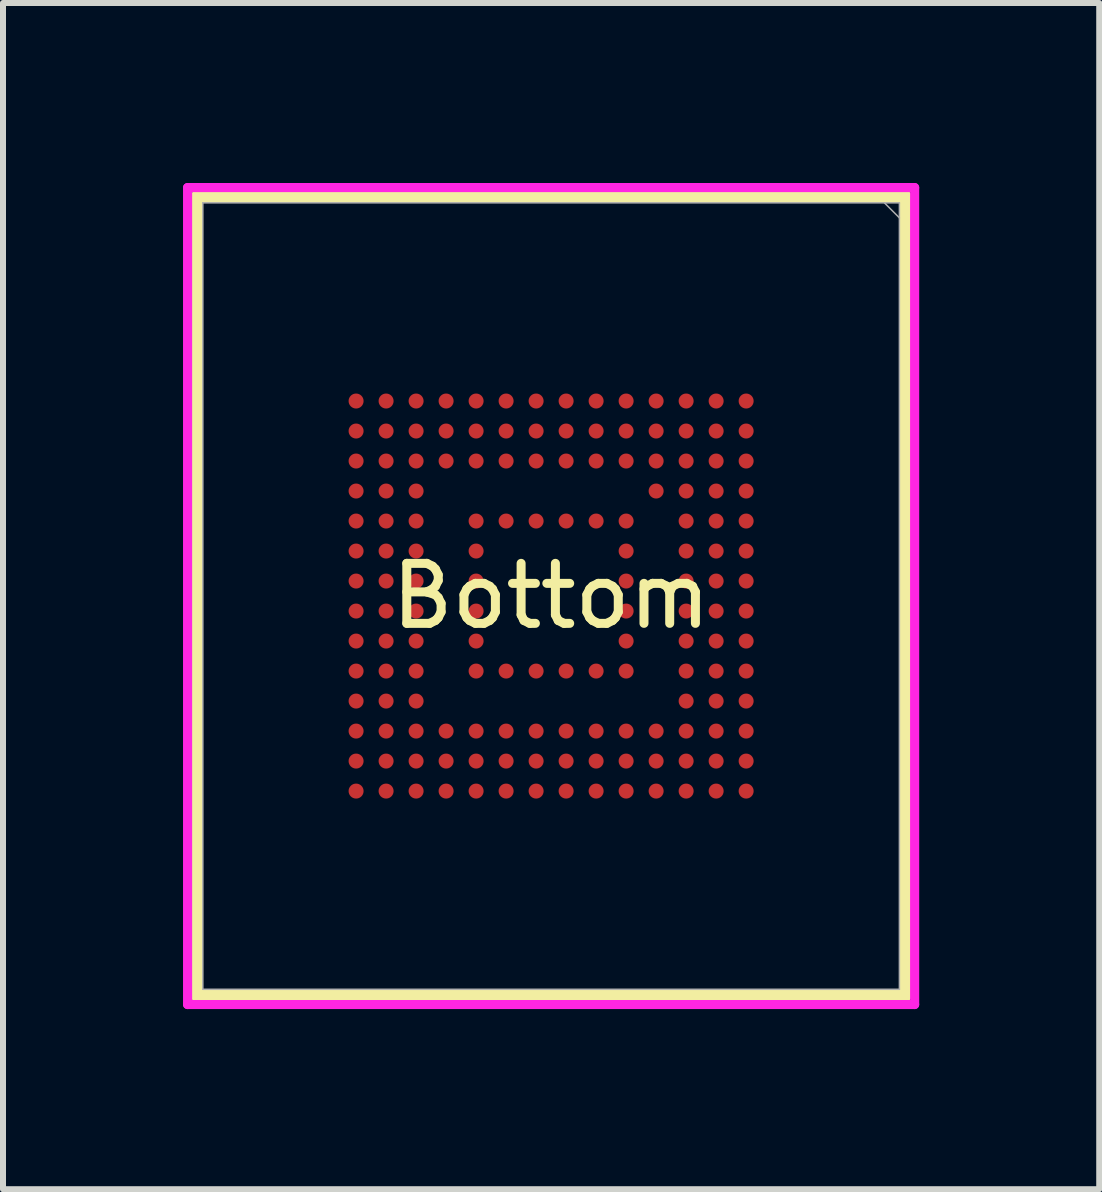
<source format=kicad_pcb>
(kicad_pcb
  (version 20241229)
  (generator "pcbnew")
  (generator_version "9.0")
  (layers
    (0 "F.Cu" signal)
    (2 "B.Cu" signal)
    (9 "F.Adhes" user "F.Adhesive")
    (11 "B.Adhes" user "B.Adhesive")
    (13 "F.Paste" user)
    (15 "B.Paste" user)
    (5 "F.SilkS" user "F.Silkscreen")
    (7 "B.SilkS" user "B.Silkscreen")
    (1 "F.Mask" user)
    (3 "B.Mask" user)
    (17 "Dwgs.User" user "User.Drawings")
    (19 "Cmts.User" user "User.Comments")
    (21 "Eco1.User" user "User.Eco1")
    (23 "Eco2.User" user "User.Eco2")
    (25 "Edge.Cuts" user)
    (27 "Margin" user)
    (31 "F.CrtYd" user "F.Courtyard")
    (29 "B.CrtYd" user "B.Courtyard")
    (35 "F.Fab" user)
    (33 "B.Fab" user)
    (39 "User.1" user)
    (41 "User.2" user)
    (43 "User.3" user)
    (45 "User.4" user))
  (footprint "Bottom"
    (layer "F.Cu")
    (at 6.134 6.883)
    (property "Reference" "Bottom" (at 0 0 0) (unlocked yes) (layer "F.SilkS") (effects (font (size 1 1) (thickness 0.15))))
    (attr smd)
    (fp_line (start -5.905 -6.655) (end 5.905 -6.655) (stroke (width 0.203) (type solid)) (layer "F.SilkS"))
    (fp_line (start -5.905 6.655) (end -5.905 -6.655) (stroke (width 0.203) (type solid)) (layer "F.SilkS"))
    (fp_line (start 5.905 -6.655) (end 5.905 6.655) (stroke (width 0.203) (type solid)) (layer "F.SilkS"))
    (fp_line (start 5.905 6.655) (end -5.905 6.655) (stroke (width 0.203) (type solid)) (layer "F.SilkS"))
    (fp_line (start -6.058 -6.807) (end -6.058 6.807) (stroke (width 0.152) (type solid)) (layer "F.CrtYd"))
    (fp_line (start -6.058 6.807) (end 6.058 6.807) (stroke (width 0.152) (type solid)) (layer "F.CrtYd"))
    (fp_line (start 6.058 -6.807) (end -6.058 -6.807) (stroke (width 0.152) (type solid)) (layer "F.CrtYd"))
    (fp_line (start 6.058 6.807) (end 6.058 -6.807) (stroke (width 0.152) (type solid)) (layer "F.CrtYd"))
    (fp_line (start -5.804 -6.553) (end 5.804 -6.553) (stroke (width 0.025) (type solid)) (layer "F.Fab"))
    (fp_line (start -5.804 6.553) (end -5.804 -6.553) (stroke (width 0.025) (type solid)) (layer "F.Fab"))
    (fp_line (start 5.554 -6.553) (end 5.804 -6.303) (stroke (width 0.025) (type solid)) (layer "F.Fab"))
    (fp_line (start 5.804 -6.553) (end 5.804 6.553) (stroke (width 0.025) (type solid)) (layer "F.Fab"))
    (fp_line (start 5.804 6.553) (end -5.804 6.553) (stroke (width 0.025) (type solid)) (layer "F.Fab"))
    (pad "" smd circle (at -3.25 -3.25) (size 0.25 0.25) (property pad_prop_bga) (layers "F.Cu" "F.Mask" "F.Paste"))
    (pad "" smd circle (at -3.25 -2.75) (size 0.25 0.25) (property pad_prop_bga) (layers "F.Cu" "F.Mask" "F.Paste"))
    (pad "" smd circle (at -3.25 -2.25) (size 0.25 0.25) (property pad_prop_bga) (layers "F.Cu" "F.Mask" "F.Paste"))
    (pad "" smd circle (at -3.25 -1.75) (size 0.25 0.25) (property pad_prop_bga) (layers "F.Cu" "F.Mask" "F.Paste"))
    (pad "" smd circle (at -3.25 -1.25) (size 0.25 0.25) (property pad_prop_bga) (layers "F.Cu" "F.Mask" "F.Paste"))
    (pad "" smd circle (at -3.25 -0.75) (size 0.25 0.25) (property pad_prop_bga) (layers "F.Cu" "F.Mask" "F.Paste"))
    (pad "" smd circle (at -3.25 -0.25) (size 0.25 0.25) (property pad_prop_bga) (layers "F.Cu" "F.Mask" "F.Paste"))
    (pad "" smd circle (at -3.25 0.25) (size 0.25 0.25) (property pad_prop_bga) (layers "F.Cu" "F.Mask" "F.Paste"))
    (pad "" smd circle (at -3.25 0.75) (size 0.25 0.25) (property pad_prop_bga) (layers "F.Cu" "F.Mask" "F.Paste"))
    (pad "" smd circle (at -3.25 1.25) (size 0.25 0.25) (property pad_prop_bga) (layers "F.Cu" "F.Mask" "F.Paste"))
    (pad "" smd circle (at -3.25 1.75) (size 0.25 0.25) (property pad_prop_bga) (layers "F.Cu" "F.Mask" "F.Paste"))
    (pad "" smd circle (at -3.25 2.25) (size 0.25 0.25) (property pad_prop_bga) (layers "F.Cu" "F.Mask" "F.Paste"))
    (pad "" smd circle (at -3.25 2.75) (size 0.25 0.25) (property pad_prop_bga) (layers "F.Cu" "F.Mask" "F.Paste"))
    (pad "" smd circle (at -3.25 3.25) (size 0.25 0.25) (property pad_prop_bga) (layers "F.Cu" "F.Mask" "F.Paste"))
    (pad "" smd circle (at -2.75 -3.25) (size 0.25 0.25) (property pad_prop_bga) (layers "F.Cu" "F.Mask" "F.Paste"))
    (pad "" smd circle (at -2.75 -2.75) (size 0.25 0.25) (property pad_prop_bga) (layers "F.Cu" "F.Mask" "F.Paste"))
    (pad "" smd circle (at -2.75 -2.25) (size 0.25 0.25) (property pad_prop_bga) (layers "F.Cu" "F.Mask" "F.Paste"))
    (pad "" smd circle (at -2.75 -1.75) (size 0.25 0.25) (property pad_prop_bga) (layers "F.Cu" "F.Mask" "F.Paste"))
    (pad "" smd circle (at -2.75 -1.25) (size 0.25 0.25) (property pad_prop_bga) (layers "F.Cu" "F.Mask" "F.Paste"))
    (pad "" smd circle (at -2.75 -0.75) (size 0.25 0.25) (property pad_prop_bga) (layers "F.Cu" "F.Mask" "F.Paste"))
    (pad "" smd circle (at -2.75 -0.25) (size 0.25 0.25) (property pad_prop_bga) (layers "F.Cu" "F.Mask" "F.Paste"))
    (pad "" smd circle (at -2.75 0.25) (size 0.25 0.25) (property pad_prop_bga) (layers "F.Cu" "F.Mask" "F.Paste"))
    (pad "" smd circle (at -2.75 0.75) (size 0.25 0.25) (property pad_prop_bga) (layers "F.Cu" "F.Mask" "F.Paste"))
    (pad "" smd circle (at -2.75 1.25) (size 0.25 0.25) (property pad_prop_bga) (layers "F.Cu" "F.Mask" "F.Paste"))
    (pad "" smd circle (at -2.75 1.75) (size 0.25 0.25) (property pad_prop_bga) (layers "F.Cu" "F.Mask" "F.Paste"))
    (pad "" smd circle (at -2.75 2.25) (size 0.25 0.25) (property pad_prop_bga) (layers "F.Cu" "F.Mask" "F.Paste"))
    (pad "" smd circle (at -2.75 2.75) (size 0.25 0.25) (property pad_prop_bga) (layers "F.Cu" "F.Mask" "F.Paste"))
    (pad "" smd circle (at -2.75 3.25) (size 0.25 0.25) (property pad_prop_bga) (layers "F.Cu" "F.Mask" "F.Paste"))
    (pad "" smd circle (at -2.25 -3.25) (size 0.25 0.25) (property pad_prop_bga) (layers "F.Cu" "F.Mask" "F.Paste"))
    (pad "" smd circle (at -2.25 -2.75) (size 0.25 0.25) (property pad_prop_bga) (layers "F.Cu" "F.Mask" "F.Paste"))
    (pad "" smd circle (at -2.25 -2.25) (size 0.25 0.25) (property pad_prop_bga) (layers "F.Cu" "F.Mask" "F.Paste"))
    (pad "" smd circle (at -2.25 -1.75) (size 0.25 0.25) (property pad_prop_bga) (layers "F.Cu" "F.Mask" "F.Paste"))
    (pad "" smd circle (at -2.25 -1.25) (size 0.25 0.25) (property pad_prop_bga) (layers "F.Cu" "F.Mask" "F.Paste"))
    (pad "" smd circle (at -2.25 -0.75) (size 0.25 0.25) (property pad_prop_bga) (layers "F.Cu" "F.Mask" "F.Paste"))
    (pad "" smd circle (at -2.25 -0.25) (size 0.25 0.25) (property pad_prop_bga) (layers "F.Cu" "F.Mask" "F.Paste"))
    (pad "" smd circle (at -2.25 0.25) (size 0.25 0.25) (property pad_prop_bga) (layers "F.Cu" "F.Mask" "F.Paste"))
    (pad "" smd circle (at -2.25 0.75) (size 0.25 0.25) (property pad_prop_bga) (layers "F.Cu" "F.Mask" "F.Paste"))
    (pad "" smd circle (at -2.25 1.25) (size 0.25 0.25) (property pad_prop_bga) (layers "F.Cu" "F.Mask" "F.Paste"))
    (pad "" smd circle (at -2.25 1.75) (size 0.25 0.25) (property pad_prop_bga) (layers "F.Cu" "F.Mask" "F.Paste"))
    (pad "" smd circle (at -2.25 2.25) (size 0.25 0.25) (property pad_prop_bga) (layers "F.Cu" "F.Mask" "F.Paste"))
    (pad "" smd circle (at -2.25 2.75) (size 0.25 0.25) (property pad_prop_bga) (layers "F.Cu" "F.Mask" "F.Paste"))
    (pad "" smd circle (at -2.25 3.25) (size 0.25 0.25) (property pad_prop_bga) (layers "F.Cu" "F.Mask" "F.Paste"))
    (pad "" smd circle (at -1.75 -3.25) (size 0.25 0.25) (property pad_prop_bga) (layers "F.Cu" "F.Mask" "F.Paste"))
    (pad "" smd circle (at -1.75 -2.75) (size 0.25 0.25) (property pad_prop_bga) (layers "F.Cu" "F.Mask" "F.Paste"))
    (pad "" smd circle (at -1.75 -2.25) (size 0.25 0.25) (property pad_prop_bga) (layers "F.Cu" "F.Mask" "F.Paste"))
    (pad "" smd circle (at -1.75 2.25) (size 0.25 0.25) (property pad_prop_bga) (layers "F.Cu" "F.Mask" "F.Paste"))
    (pad "" smd circle (at -1.75 2.75) (size 0.25 0.25) (property pad_prop_bga) (layers "F.Cu" "F.Mask" "F.Paste"))
    (pad "" smd circle (at -1.75 3.25) (size 0.25 0.25) (property pad_prop_bga) (layers "F.Cu" "F.Mask" "F.Paste"))
    (pad "" smd circle (at -1.25 -3.25) (size 0.25 0.25) (property pad_prop_bga) (layers "F.Cu" "F.Mask" "F.Paste"))
    (pad "" smd circle (at -1.25 -2.75) (size 0.25 0.25) (property pad_prop_bga) (layers "F.Cu" "F.Mask" "F.Paste"))
    (pad "" smd circle (at -1.25 -2.25) (size 0.25 0.25) (property pad_prop_bga) (layers "F.Cu" "F.Mask" "F.Paste"))
    (pad "" smd circle (at -1.25 -1.25) (size 0.25 0.25) (property pad_prop_bga) (layers "F.Cu" "F.Mask" "F.Paste"))
    (pad "" smd circle (at -1.25 -0.75) (size 0.25 0.25) (property pad_prop_bga) (layers "F.Cu" "F.Mask" "F.Paste"))
    (pad "" smd circle (at -1.25 -0.25) (size 0.25 0.25) (property pad_prop_bga) (layers "F.Cu" "F.Mask" "F.Paste"))
    (pad "" smd circle (at -1.25 1.25) (size 0.25 0.25) (property pad_prop_bga) (layers "F.Cu" "F.Mask" "F.Paste"))
    (pad "" smd circle (at -1.25 2.25) (size 0.25 0.25) (property pad_prop_bga) (layers "F.Cu" "F.Mask" "F.Paste"))
    (pad "" smd circle (at -1.25 2.75) (size 0.25 0.25) (property pad_prop_bga) (layers "F.Cu" "F.Mask" "F.Paste"))
    (pad "" smd circle (at -1.25 3.25) (size 0.25 0.25) (property pad_prop_bga) (layers "F.Cu" "F.Mask" "F.Paste"))
    (pad "" smd circle (at -0.75 -3.25) (size 0.25 0.25) (property pad_prop_bga) (layers "F.Cu" "F.Mask" "F.Paste"))
    (pad "" smd circle (at -0.75 -2.75) (size 0.25 0.25) (property pad_prop_bga) (layers "F.Cu" "F.Mask" "F.Paste"))
    (pad "" smd circle (at -0.75 -2.25) (size 0.25 0.25) (property pad_prop_bga) (layers "F.Cu" "F.Mask" "F.Paste"))
    (pad "" smd circle (at -0.75 -1.25) (size 0.25 0.25) (property pad_prop_bga) (layers "F.Cu" "F.Mask" "F.Paste"))
    (pad "" smd circle (at -0.75 2.25) (size 0.25 0.25) (property pad_prop_bga) (layers "F.Cu" "F.Mask" "F.Paste"))
    (pad "" smd circle (at -0.75 2.75) (size 0.25 0.25) (property pad_prop_bga) (layers "F.Cu" "F.Mask" "F.Paste"))
    (pad "" smd circle (at -0.75 3.25) (size 0.25 0.25) (property pad_prop_bga) (layers "F.Cu" "F.Mask" "F.Paste"))
    (pad "" smd circle (at -0.25 -3.25) (size 0.25 0.25) (property pad_prop_bga) (layers "F.Cu" "F.Mask" "F.Paste"))
    (pad "" smd circle (at -0.25 -2.75) (size 0.25 0.25) (property pad_prop_bga) (layers "F.Cu" "F.Mask" "F.Paste"))
    (pad "" smd circle (at -0.25 -2.25) (size 0.25 0.25) (property pad_prop_bga) (layers "F.Cu" "F.Mask" "F.Paste"))
    (pad "" smd circle (at -0.25 -1.25) (size 0.25 0.25) (property pad_prop_bga) (layers "F.Cu" "F.Mask" "F.Paste"))
    (pad "" smd circle (at -0.25 2.25) (size 0.25 0.25) (property pad_prop_bga) (layers "F.Cu" "F.Mask" "F.Paste"))
    (pad "" smd circle (at -0.25 2.75) (size 0.25 0.25) (property pad_prop_bga) (layers "F.Cu" "F.Mask" "F.Paste"))
    (pad "" smd circle (at -0.25 3.25) (size 0.25 0.25) (property pad_prop_bga) (layers "F.Cu" "F.Mask" "F.Paste"))
    (pad "" smd circle (at 0.25 -3.25) (size 0.25 0.25) (property pad_prop_bga) (layers "F.Cu" "F.Mask" "F.Paste"))
    (pad "" smd circle (at 0.25 -2.75) (size 0.25 0.25) (property pad_prop_bga) (layers "F.Cu" "F.Mask" "F.Paste"))
    (pad "" smd circle (at 0.25 -2.25) (size 0.25 0.25) (property pad_prop_bga) (layers "F.Cu" "F.Mask" "F.Paste"))
    (pad "" smd circle (at 0.25 1.25) (size 0.25 0.25) (property pad_prop_bga) (layers "F.Cu" "F.Mask" "F.Paste"))
    (pad "" smd circle (at 0.25 2.25) (size 0.25 0.25) (property pad_prop_bga) (layers "F.Cu" "F.Mask" "F.Paste"))
    (pad "" smd circle (at 0.25 2.75) (size 0.25 0.25) (property pad_prop_bga) (layers "F.Cu" "F.Mask" "F.Paste"))
    (pad "" smd circle (at 0.25 3.25) (size 0.25 0.25) (property pad_prop_bga) (layers "F.Cu" "F.Mask" "F.Paste"))
    (pad "" smd circle (at 0.75 1.25) (size 0.25 0.25) (property pad_prop_bga) (layers "F.Cu" "F.Mask" "F.Paste"))
    (pad "" smd circle (at 0.75 2.75) (size 0.25 0.25) (property pad_prop_bga) (layers "F.Cu" "F.Mask" "F.Paste"))
    (pad "" smd circle (at 1.25 -2.25) (size 0.25 0.25) (property pad_prop_bga) (layers "F.Cu" "F.Mask" "F.Paste"))
    (pad "" smd circle (at 1.25 -1.25) (size 0.25 0.25) (property pad_prop_bga) (layers "F.Cu" "F.Mask" "F.Paste"))
    (pad "" smd circle (at 1.75 -1.75) (size 0.25 0.25) (property pad_prop_bga) (layers "F.Cu" "F.Mask" "F.Paste"))
    (pad "" smd circle (at 2.25 -2.25) (size 0.25 0.25) (property pad_prop_bga) (layers "F.Cu" "F.Mask" "F.Paste"))
    (pad "" smd circle (at 2.25 -1.75) (size 0.25 0.25) (property pad_prop_bga) (layers "F.Cu" "F.Mask" "F.Paste"))
    (pad "" smd circle (at 2.25 -1.25) (size 0.25 0.25) (property pad_prop_bga) (layers "F.Cu" "F.Mask" "F.Paste"))
    (pad "" smd circle (at 2.25 -0.75) (size 0.25 0.25) (property pad_prop_bga) (layers "F.Cu" "F.Mask" "F.Paste"))
    (pad "" smd circle (at 2.25 -0.25) (size 0.25 0.25) (property pad_prop_bga) (layers "F.Cu" "F.Mask" "F.Paste"))
    (pad "" smd circle (at 2.25 0.25) (size 0.25 0.25) (property pad_prop_bga) (layers "F.Cu" "F.Mask" "F.Paste"))
    (pad "" smd circle (at 2.25 0.75) (size 0.25 0.25) (property pad_prop_bga) (layers "F.Cu" "F.Mask" "F.Paste"))
    (pad "" smd circle (at 2.25 1.25) (size 0.25 0.25) (property pad_prop_bga) (layers "F.Cu" "F.Mask" "F.Paste"))
    (pad "" smd circle (at 2.25 1.75) (size 0.25 0.25) (property pad_prop_bga) (layers "F.Cu" "F.Mask" "F.Paste"))
    (pad "" smd circle (at 2.25 2.25) (size 0.25 0.25) (property pad_prop_bga) (layers "F.Cu" "F.Mask" "F.Paste"))
    (pad "" smd circle (at 2.25 2.75) (size 0.25 0.25) (property pad_prop_bga) (layers "F.Cu" "F.Mask" "F.Paste"))
    (pad "" smd circle (at 2.75 -3.25) (size 0.25 0.25) (property pad_prop_bga) (layers "F.Cu" "F.Mask" "F.Paste"))
    (pad "" smd circle (at 2.75 -1.75) (size 0.25 0.25) (property pad_prop_bga) (layers "F.Cu" "F.Mask" "F.Paste"))
    (pad "" smd circle (at 2.75 -1.25) (size 0.25 0.25) (property pad_prop_bga) (layers "F.Cu" "F.Mask" "F.Paste"))
    (pad "" smd circle (at 2.75 -0.75) (size 0.25 0.25) (property pad_prop_bga) (layers "F.Cu" "F.Mask" "F.Paste"))
    (pad "" smd circle (at 2.75 -0.25) (size 0.25 0.25) (property pad_prop_bga) (layers "F.Cu" "F.Mask" "F.Paste"))
    (pad "" smd circle (at 2.75 0.25) (size 0.25 0.25) (property pad_prop_bga) (layers "F.Cu" "F.Mask" "F.Paste"))
    (pad "" smd circle (at 2.75 0.75) (size 0.25 0.25) (property pad_prop_bga) (layers "F.Cu" "F.Mask" "F.Paste"))
    (pad "" smd circle (at 2.75 1.25) (size 0.25 0.25) (property pad_prop_bga) (layers "F.Cu" "F.Mask" "F.Paste"))
    (pad "" smd circle (at 2.75 1.75) (size 0.25 0.25) (property pad_prop_bga) (layers "F.Cu" "F.Mask" "F.Paste"))
    (pad "" smd circle (at 2.75 2.25) (size 0.25 0.25) (property pad_prop_bga) (layers "F.Cu" "F.Mask" "F.Paste"))
    (pad "" smd circle (at 2.75 3.25) (size 0.25 0.25) (property pad_prop_bga) (layers "F.Cu" "F.Mask" "F.Paste"))
    (pad "" smd circle (at 3.25 -3.25) (size 0.25 0.25) (property pad_prop_bga) (layers "F.Cu" "F.Mask" "F.Paste"))
    (pad "" smd circle (at 3.25 -2.75) (size 0.25 0.25) (property pad_prop_bga) (layers "F.Cu" "F.Mask" "F.Paste"))
    (pad "" smd circle (at 3.25 -2.25) (size 0.25 0.25) (property pad_prop_bga) (layers "F.Cu" "F.Mask" "F.Paste"))
    (pad "" smd circle (at 3.25 -1.75) (size 0.25 0.25) (property pad_prop_bga) (layers "F.Cu" "F.Mask" "F.Paste"))
    (pad "" smd circle (at 3.25 -1.25) (size 0.25 0.25) (property pad_prop_bga) (layers "F.Cu" "F.Mask" "F.Paste"))
    (pad "" smd circle (at 3.25 -0.75) (size 0.25 0.25) (property pad_prop_bga) (layers "F.Cu" "F.Mask" "F.Paste"))
    (pad "" smd circle (at 3.25 -0.25) (size 0.25 0.25) (property pad_prop_bga) (layers "F.Cu" "F.Mask" "F.Paste"))
    (pad "" smd circle (at 3.25 0.25) (size 0.25 0.25) (property pad_prop_bga) (layers "F.Cu" "F.Mask" "F.Paste"))
    (pad "" smd circle (at 3.25 0.75) (size 0.25 0.25) (property pad_prop_bga) (layers "F.Cu" "F.Mask" "F.Paste"))
    (pad "" smd circle (at 3.25 1.25) (size 0.25 0.25) (property pad_prop_bga) (layers "F.Cu" "F.Mask" "F.Paste"))
    (pad "" smd circle (at 3.25 1.75) (size 0.25 0.25) (property pad_prop_bga) (layers "F.Cu" "F.Mask" "F.Paste"))
    (pad "" smd circle (at 3.25 2.25) (size 0.25 0.25) (property pad_prop_bga) (layers "F.Cu" "F.Mask" "F.Paste"))
    (pad "" smd circle (at 3.25 2.75) (size 0.25 0.25) (property pad_prop_bga) (layers "F.Cu" "F.Mask" "F.Paste"))
    (pad "" smd circle (at 3.25 3.25) (size 0.25 0.25) (property pad_prop_bga) (layers "F.Cu" "F.Mask" "F.Paste"))
    (pad "A3" smd circle (at 2.25 -3.25) (size 0.25 0.25) (property pad_prop_bga) (layers "F.Cu" "F.Mask" "F.Paste"))
    (pad "A4" smd circle (at 1.75 -3.25) (size 0.25 0.25) (property pad_prop_bga) (layers "F.Cu" "F.Mask" "F.Paste"))
    (pad "A5" smd circle (at 1.25 -3.25) (size 0.25 0.25) (property pad_prop_bga) (layers "F.Cu" "F.Mask" "F.Paste"))
    (pad "A6" smd circle (at 0.75 -3.25) (size 0.25 0.25) (property pad_prop_bga) (layers "F.Cu" "F.Mask" "F.Paste"))
    (pad "B2" smd circle (at 2.75 -2.75) (size 0.25 0.25) (property pad_prop_bga) (layers "F.Cu" "F.Mask" "F.Paste"))
    (pad "B3" smd circle (at 2.25 -2.75) (size 0.25 0.25) (property pad_prop_bga) (layers "F.Cu" "F.Mask" "F.Paste"))
    (pad "B4" smd circle (at 1.75 -2.75) (size 0.25 0.25) (property pad_prop_bga) (layers "F.Cu" "F.Mask" "F.Paste"))
    (pad "B5" smd circle (at 1.25 -2.75) (size 0.25 0.25) (property pad_prop_bga) (layers "F.Cu" "F.Mask" "F.Paste"))
    (pad "B6" smd circle (at 0.75 -2.75) (size 0.25 0.25) (property pad_prop_bga) (layers "F.Cu" "F.Mask" "F.Paste"))
    (pad "C2" smd circle (at 2.75 -2.25) (size 0.25 0.25) (property pad_prop_bga) (layers "F.Cu" "F.Mask" "F.Paste"))
    (pad "C4" smd circle (at 1.75 -2.25) (size 0.25 0.25) (property pad_prop_bga) (layers "F.Cu" "F.Mask" "F.Paste"))
    (pad "C6" smd circle (at 0.75 -2.25) (size 0.25 0.25) (property pad_prop_bga) (layers "F.Cu" "F.Mask" "F.Paste"))
    (pad "E6" smd circle (at 0.75 -1.25) (size 0.25 0.25) (property pad_prop_bga) (layers "F.Cu" "F.Mask" "F.Paste"))
    (pad "E7" smd circle (at 0.25 -1.25) (size 0.25 0.25) (property pad_prop_bga) (layers "F.Cu" "F.Mask" "F.Paste"))
    (pad "F5" smd circle (at 1.25 -0.75) (size 0.25 0.25) (layers "F.Cu" "F.Mask" "F.Paste"))
    (pad "G5" smd circle (at 1.25 -0.25) (size 0.25 0.25) (layers "F.Cu" "F.Mask" "F.Paste"))
    (pad "H5" smd circle (at 1.25 0.25) (size 0.25 0.25) (property pad_prop_bga) (layers "F.Cu" "F.Mask" "F.Paste"))
    (pad "H10" smd circle (at -1.25 0.25) (size 0.25 0.25) (property pad_prop_bga) (layers "F.Cu" "F.Mask" "F.Paste"))
    (pad "J5" smd circle (at 1.25 0.75) (size 0.25 0.25) (property pad_prop_bga) (layers "F.Cu" "F.Mask" "F.Paste"))
    (pad "J10" smd circle (at -1.25 0.75) (size 0.25 0.25) (property pad_prop_bga) (layers "F.Cu" "F.Mask" "F.Paste"))
    (pad "K5" smd circle (at 1.25 1.25) (size 0.25 0.25) (property pad_prop_bga) (layers "F.Cu" "F.Mask" "F.Paste"))
    (pad "K8" smd circle (at -0.25 1.25) (size 0.25 0.25) (property pad_prop_bga) (layers "F.Cu" "F.Mask" "F.Paste"))
    (pad "K9" smd circle (at -0.75 1.25) (size 0.25 0.25) (property pad_prop_bga) (layers "F.Cu" "F.Mask" "F.Paste"))
    (pad "M4" smd circle (at 1.75 2.25) (size 0.25 0.25) (property pad_prop_bga) (layers "F.Cu" "F.Mask" "F.Paste"))
    (pad "M5" smd circle (at 1.25 2.25) (size 0.25 0.25) (property pad_prop_bga) (layers "F.Cu" "F.Mask" "F.Paste"))
    (pad "M6" smd circle (at 0.75 2.25) (size 0.25 0.25) (property pad_prop_bga) (layers "F.Cu" "F.Mask" "F.Paste"))
    (pad "N2" smd circle (at 2.75 2.75) (size 0.25 0.25) (property pad_prop_bga) (layers "F.Cu" "F.Mask" "F.Paste"))
    (pad "N4" smd circle (at 1.75 2.75) (size 0.25 0.25) (layers "F.Cu" "F.Mask" "F.Paste"))
    (pad "N5" smd circle (at 1.25 2.75) (size 0.25 0.25) (layers "F.Cu" "F.Mask" "F.Paste"))
    (pad "P3" smd circle (at 2.25 3.25) (size 0.25 0.25) (property pad_prop_bga) (layers "F.Cu" "F.Mask" "F.Paste"))
    (pad "P4" smd circle (at 1.75 3.25) (size 0.25 0.25) (property pad_prop_bga) (layers "F.Cu" "F.Mask" "F.Paste"))
    (pad "P5" smd circle (at 1.25 3.25) (size 0.25 0.25) (property pad_prop_bga) (layers "F.Cu" "F.Mask" "F.Paste"))
    (pad "P6" smd circle (at 0.75 3.25) (size 0.25 0.25) (property pad_prop_bga) (layers "F.Cu" "F.Mask" "F.Paste")))
  (gr_rect
    (start -3 -3)
    (end 15.268 16.767)
    (stroke (width 0.1) (type default))
    (fill no)
    (layer "Edge.Cuts")))
</source>
